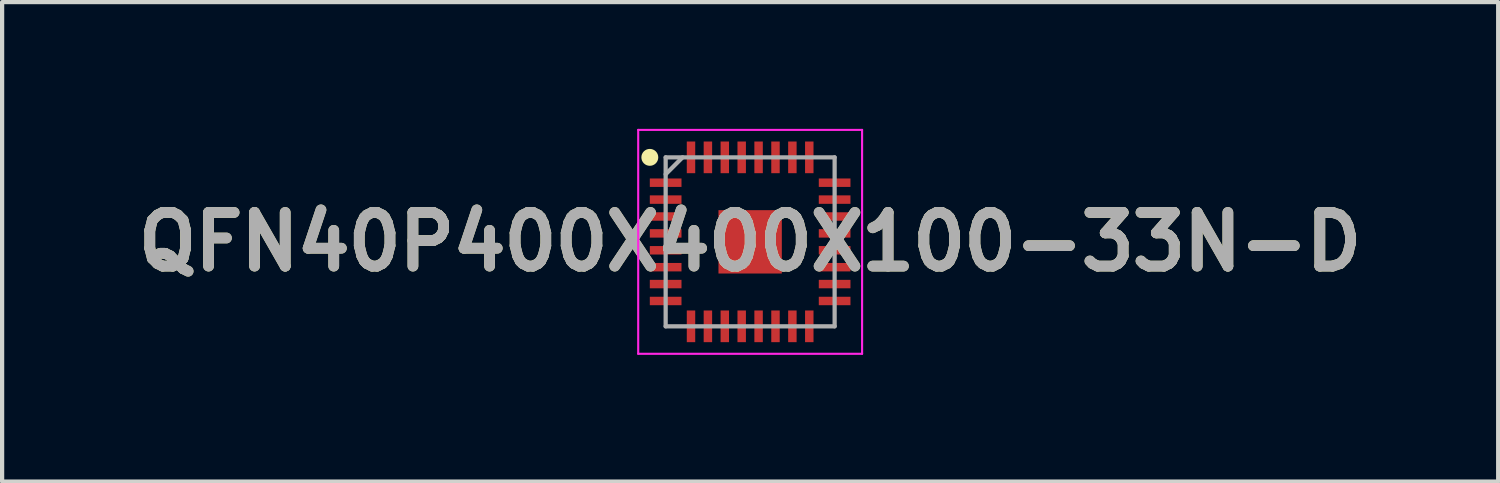
<source format=kicad_pcb>
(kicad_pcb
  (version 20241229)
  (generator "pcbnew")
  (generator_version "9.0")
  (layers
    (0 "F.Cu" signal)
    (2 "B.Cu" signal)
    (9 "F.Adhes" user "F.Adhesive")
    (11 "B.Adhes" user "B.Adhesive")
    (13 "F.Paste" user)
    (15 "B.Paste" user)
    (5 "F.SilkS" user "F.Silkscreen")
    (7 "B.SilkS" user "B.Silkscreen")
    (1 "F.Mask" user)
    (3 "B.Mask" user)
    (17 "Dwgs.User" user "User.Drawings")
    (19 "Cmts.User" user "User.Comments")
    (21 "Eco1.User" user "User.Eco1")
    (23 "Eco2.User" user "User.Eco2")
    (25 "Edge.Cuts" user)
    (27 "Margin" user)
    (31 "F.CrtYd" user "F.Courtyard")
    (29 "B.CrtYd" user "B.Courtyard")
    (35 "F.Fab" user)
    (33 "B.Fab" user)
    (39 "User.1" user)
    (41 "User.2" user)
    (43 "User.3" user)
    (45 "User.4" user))
  (footprint "QFN40P400X400X100-33N-D"
    (layer "F.Cu")
    (at 14.708 2.675)
    (property "Reference" "QFN40P400X400X100-33N-D" (at 0 0 0) (layer "F.SilkS") (effects (font (size 1.27 1.27) (thickness 0.254))))
    (attr smd)
    (fp_circle (center -2.375 -2) (end -2.375 -1.9) (stroke (width 0.2) (type solid)) (fill no) (layer "F.SilkS"))
    (fp_line (start -2.65 -2.65) (end 2.65 -2.65) (stroke (width 0.05) (type solid)) (layer "F.CrtYd"))
    (fp_line (start -2.65 2.65) (end -2.65 -2.65) (stroke (width 0.05) (type solid)) (layer "F.CrtYd"))
    (fp_line (start 2.65 -2.65) (end 2.65 2.65) (stroke (width 0.05) (type solid)) (layer "F.CrtYd"))
    (fp_line (start 2.65 2.65) (end -2.65 2.65) (stroke (width 0.05) (type solid)) (layer "F.CrtYd"))
    (fp_line (start -2 -2) (end 2 -2) (stroke (width 0.1) (type solid)) (layer "F.Fab"))
    (fp_line (start -2 -1.6) (end -1.6 -2) (stroke (width 0.1) (type solid)) (layer "F.Fab"))
    (fp_line (start -2 2) (end -2 -2) (stroke (width 0.1) (type solid)) (layer "F.Fab"))
    (fp_line (start 2 -2) (end 2 2) (stroke (width 0.1) (type solid)) (layer "F.Fab"))
    (fp_line (start 2 2) (end -2 2) (stroke (width 0.1) (type solid)) (layer "F.Fab"))
    (fp_text user "${REFERENCE}" (at 0 0 0) (layer "F.Fab") (effects (font (size 1.27 1.27) (thickness 0.254))))
    (pad "1" smd rect (at -2 -1.4 90) (size 0.2 0.75) (layers "F.Cu" "F.Mask" "F.Paste"))
    (pad "2" smd rect (at -2 -1 90) (size 0.2 0.75) (layers "F.Cu" "F.Mask" "F.Paste"))
    (pad "3" smd rect (at -2 -0.6 90) (size 0.2 0.75) (layers "F.Cu" "F.Mask" "F.Paste"))
    (pad "4" smd rect (at -2 -0.2 90) (size 0.2 0.75) (layers "F.Cu" "F.Mask" "F.Paste"))
    (pad "5" smd rect (at -2 0.2 90) (size 0.2 0.75) (layers "F.Cu" "F.Mask" "F.Paste"))
    (pad "6" smd rect (at -2 0.6 90) (size 0.2 0.75) (layers "F.Cu" "F.Mask" "F.Paste"))
    (pad "7" smd rect (at -2 1 90) (size 0.2 0.75) (layers "F.Cu" "F.Mask" "F.Paste"))
    (pad "8" smd rect (at -2 1.4 90) (size 0.2 0.75) (layers "F.Cu" "F.Mask" "F.Paste"))
    (pad "9" smd rect (at -1.4 2) (size 0.2 0.75) (layers "F.Cu" "F.Mask" "F.Paste"))
    (pad "10" smd rect (at -1 2) (size 0.2 0.75) (layers "F.Cu" "F.Mask" "F.Paste"))
    (pad "11" smd rect (at -0.6 2) (size 0.2 0.75) (layers "F.Cu" "F.Mask" "F.Paste"))
    (pad "12" smd rect (at -0.2 2) (size 0.2 0.75) (layers "F.Cu" "F.Mask" "F.Paste"))
    (pad "13" smd rect (at 0.2 2) (size 0.2 0.75) (layers "F.Cu" "F.Mask" "F.Paste"))
    (pad "14" smd rect (at 0.6 2) (size 0.2 0.75) (layers "F.Cu" "F.Mask" "F.Paste"))
    (pad "15" smd rect (at 1 2) (size 0.2 0.75) (layers "F.Cu" "F.Mask" "F.Paste"))
    (pad "16" smd rect (at 1.4 2) (size 0.2 0.75) (layers "F.Cu" "F.Mask" "F.Paste"))
    (pad "17" smd rect (at 2 1.4 90) (size 0.2 0.75) (layers "F.Cu" "F.Mask" "F.Paste"))
    (pad "18" smd rect (at 2 1 90) (size 0.2 0.75) (layers "F.Cu" "F.Mask" "F.Paste"))
    (pad "19" smd rect (at 2 0.6 90) (size 0.2 0.75) (layers "F.Cu" "F.Mask" "F.Paste"))
    (pad "20" smd rect (at 2 0.2 90) (size 0.2 0.75) (layers "F.Cu" "F.Mask" "F.Paste"))
    (pad "21" smd rect (at 2 -0.2 90) (size 0.2 0.75) (layers "F.Cu" "F.Mask" "F.Paste"))
    (pad "22" smd rect (at 2 -0.6 90) (size 0.2 0.75) (layers "F.Cu" "F.Mask" "F.Paste"))
    (pad "23" smd rect (at 2 -1 90) (size 0.2 0.75) (layers "F.Cu" "F.Mask" "F.Paste"))
    (pad "24" smd rect (at 2 -1.4 90) (size 0.2 0.75) (layers "F.Cu" "F.Mask" "F.Paste"))
    (pad "25" smd rect (at 1.4 -2) (size 0.2 0.75) (layers "F.Cu" "F.Mask" "F.Paste"))
    (pad "26" smd rect (at 1 -2) (size 0.2 0.75) (layers "F.Cu" "F.Mask" "F.Paste"))
    (pad "27" smd rect (at 0.6 -2) (size 0.2 0.75) (layers "F.Cu" "F.Mask" "F.Paste"))
    (pad "28" smd rect (at 0.2 -2) (size 0.2 0.75) (layers "F.Cu" "F.Mask" "F.Paste"))
    (pad "29" smd rect (at -0.2 -2) (size 0.2 0.75) (layers "F.Cu" "F.Mask" "F.Paste"))
    (pad "30" smd rect (at -0.6 -2) (size 0.2 0.75) (layers "F.Cu" "F.Mask" "F.Paste"))
    (pad "31" smd rect (at -1 -2) (size 0.2 0.75) (layers "F.Cu" "F.Mask" "F.Paste"))
    (pad "32" smd rect (at -1.4 -2) (size 0.2 0.75) (layers "F.Cu" "F.Mask" "F.Paste"))
    (pad "33" smd rect (at 0 0) (size 1.5 1.5) (layers "F.Cu" "F.Mask" "F.Paste")))
  (gr_rect
    (start -3 -3)
    (end 32.416 8.35)
    (stroke (width 0.1) (type default))
    (fill no)
    (layer "Edge.Cuts")))
</source>
